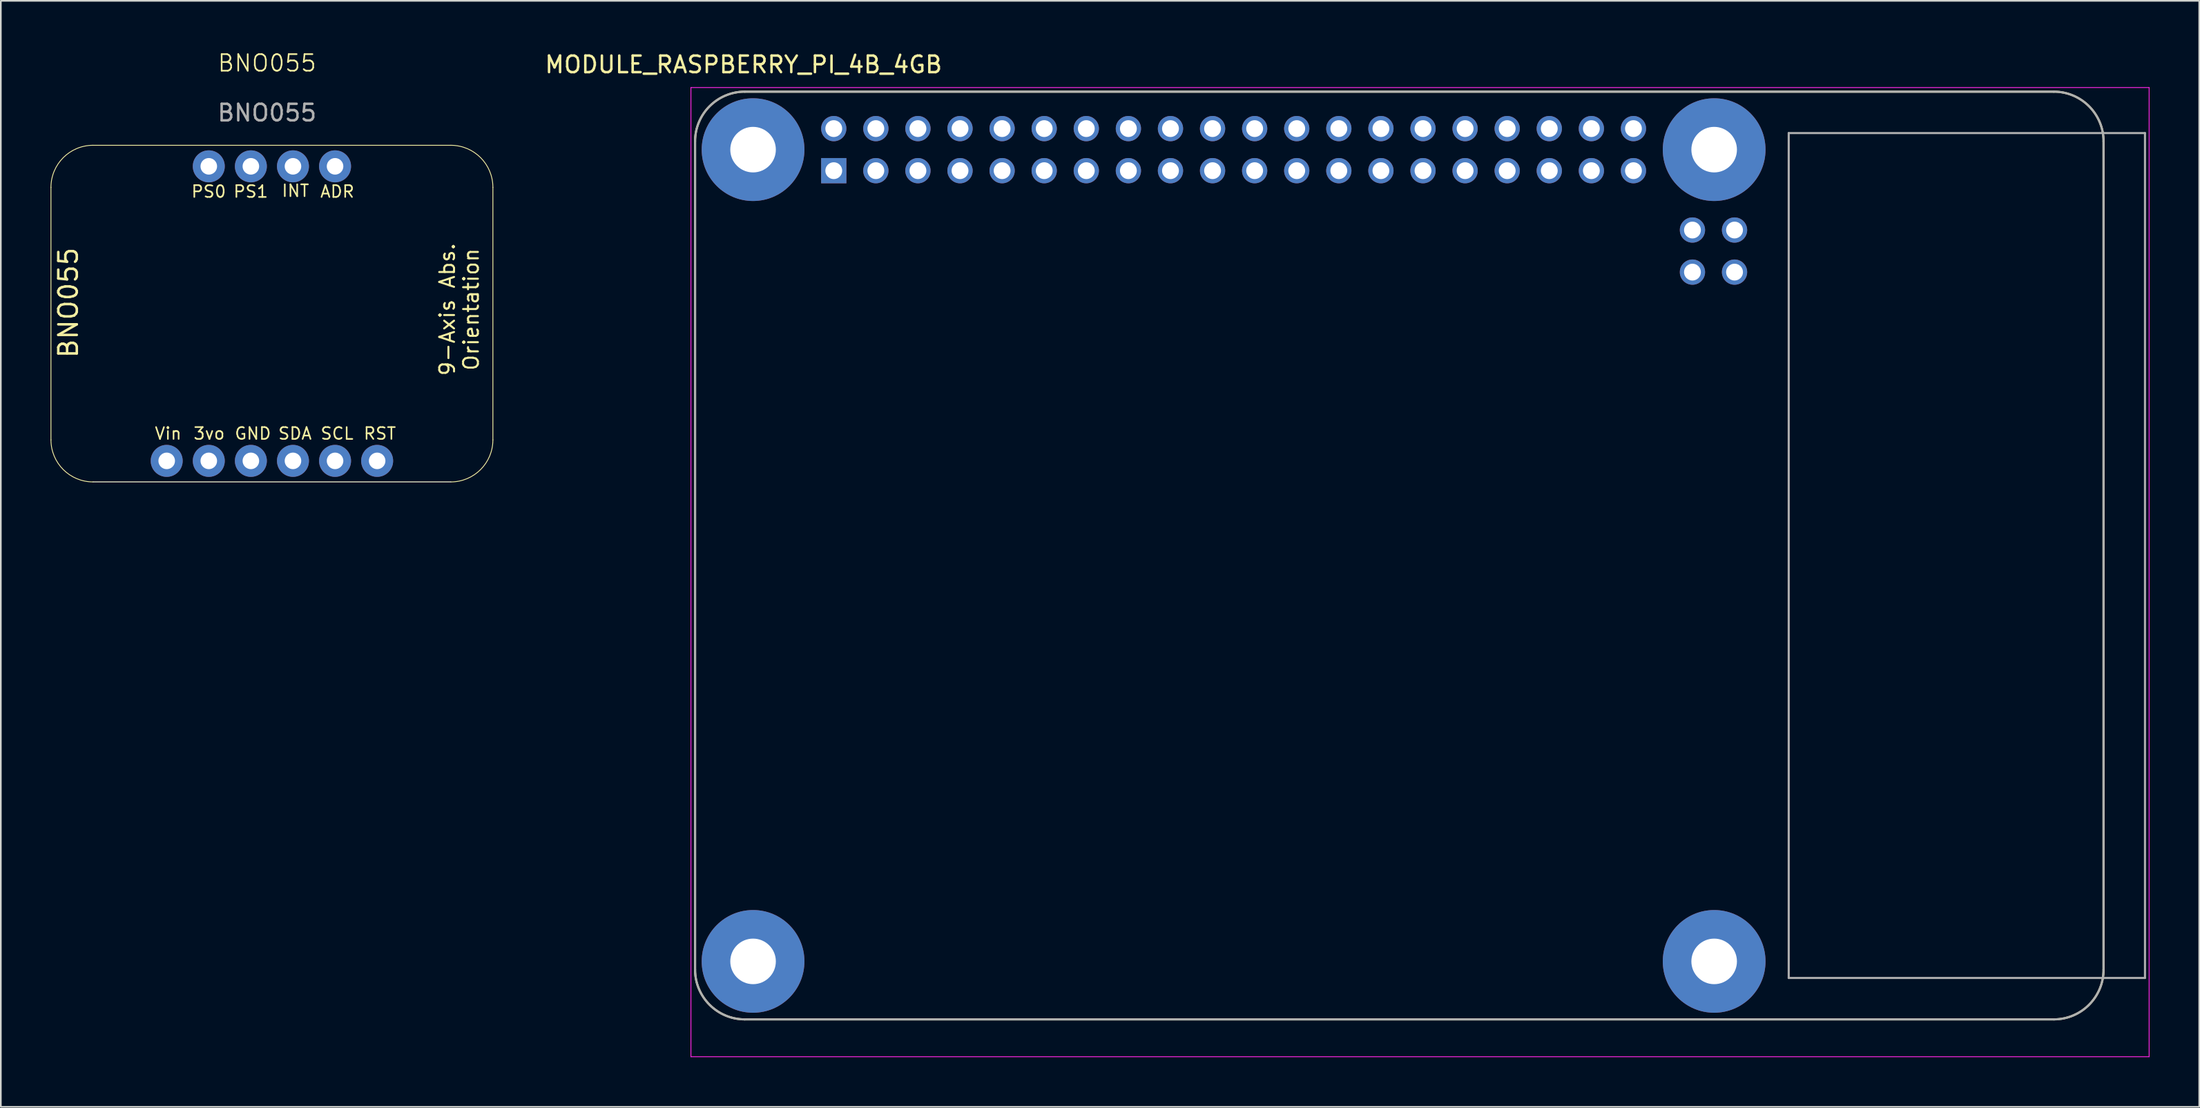
<source format=kicad_pcb>
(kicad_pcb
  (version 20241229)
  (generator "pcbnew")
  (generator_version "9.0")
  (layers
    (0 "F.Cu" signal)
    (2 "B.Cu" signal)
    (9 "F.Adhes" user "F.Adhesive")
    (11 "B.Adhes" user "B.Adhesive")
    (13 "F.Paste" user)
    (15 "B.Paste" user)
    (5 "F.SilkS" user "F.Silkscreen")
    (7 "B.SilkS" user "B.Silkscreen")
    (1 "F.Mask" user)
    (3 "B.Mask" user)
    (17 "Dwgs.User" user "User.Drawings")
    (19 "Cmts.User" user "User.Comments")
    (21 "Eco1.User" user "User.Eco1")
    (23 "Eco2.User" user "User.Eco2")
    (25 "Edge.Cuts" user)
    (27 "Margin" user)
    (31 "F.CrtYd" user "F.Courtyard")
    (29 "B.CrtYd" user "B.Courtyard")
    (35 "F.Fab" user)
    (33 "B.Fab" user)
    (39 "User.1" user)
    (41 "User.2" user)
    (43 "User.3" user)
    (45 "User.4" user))
  (footprint "BNO055"
    (layer "F.Cu")
    (at 13.065 1.26)
    (property "Reference" "BNO055" (at 0 -0.5 0) (unlocked yes) (layer "F.SilkS") (effects (font (size 1 1) (thickness 0.1))))
    (attr smd)
    (fp_line (start -13.04 22.24) (end -13.04 7) (stroke (width 0.05) (type solid)) (layer "F.SilkS"))
    (fp_line (start -10.5 4.46) (end 11.09 4.46) (stroke (width 0.05) (type solid)) (layer "F.SilkS"))
    (fp_line (start 11.09 24.78) (end -10.5 24.78) (stroke (width 0.05) (type solid)) (layer "F.SilkS"))
    (fp_line (start 13.63 7) (end 13.63 22.24) (stroke (width 0.05) (type solid)) (layer "F.SilkS"))
    (fp_arc (start -13.040001 6.999999) (mid -12.296052 5.203948) (end -10.500001 4.459999) (stroke (width 0.05) (type solid)) (layer "F.SilkS"))
    (fp_arc (start -10.500001 24.779999) (mid -12.296052 24.03605) (end -13.040001 22.239999) (stroke (width 0.05) (type solid)) (layer "F.SilkS"))
    (fp_arc (start 11.089999 4.459999) (mid 12.88605 5.203948) (end 13.629999 6.999999) (stroke (width 0.05) (type solid)) (layer "F.SilkS"))
    (fp_arc (start 13.629999 22.239999) (mid 12.88605 24.03605) (end 11.089999 24.779999) (stroke (width 0.05) (type solid)) (layer "F.SilkS"))
    (fp_line (start 11.09 24.78) (end -10.5 24.78) (stroke (width 0.05) (type solid)) (layer "F.Fab"))
    (fp_text user "BNO055" (at -11.99 13.963 90) (unlocked yes) (layer "F.SilkS") (effects (font (size 1.118 1.118) (thickness 0.152))))
    (fp_text user "RST" (at 6.807 21.859 0) (unlocked yes) (layer "F.SilkS") (effects (font (size 0.715 0.715) (thickness 0.098))))
    (fp_text user "9-Axis Abs.\nOrientation" (at 11.598 14.366 90) (unlocked yes) (layer "F.SilkS") (effects (font (size 0.894 0.894) (thickness 0.122))))
    (fp_text user "Vin" (at -5.966 21.859 0) (unlocked yes) (layer "F.SilkS") (effects (font (size 0.715 0.715) (thickness 0.098))))
    (fp_text user "ADR" (at 4.241 7.254 0) (unlocked yes) (layer "F.SilkS") (effects (font (size 0.715 0.715) (thickness 0.098))))
    (fp_text user "SDA" (at 1.687 21.859 0) (unlocked yes) (layer "F.SilkS") (effects (font (size 0.715 0.715) (thickness 0.098))))
    (fp_text user "3vo" (at -3.493 21.859 0) (unlocked yes) (layer "F.SilkS") (effects (font (size 0.715 0.715) (thickness 0.098))))
    (fp_text user "GND" (at -0.853 21.859 0) (unlocked yes) (layer "F.SilkS") (effects (font (size 0.715 0.715) (thickness 0.098))))
    (fp_text user "INT" (at 1.718 7.206 0) (unlocked yes) (layer "F.SilkS") (effects (font (size 0.715 0.715) (thickness 0.098))))
    (fp_text user "PS1" (at -0.98 7.254 0) (unlocked yes) (layer "F.SilkS") (effects (font (size 0.715 0.715) (thickness 0.098))))
    (fp_text user "PS0" (at -3.52 7.254 0) (unlocked yes) (layer "F.SilkS") (effects (font (size 0.715 0.715) (thickness 0.098))))
    (fp_text user "SCL" (at 4.227 21.859 0) (unlocked yes) (layer "F.SilkS") (effects (font (size 0.715 0.715) (thickness 0.098))))
    (fp_text user "${REFERENCE}" (at 0 2.5 0) (unlocked yes) (layer "F.Fab") (effects (font (size 1 1) (thickness 0.15))))
    (pad "1" thru_hole circle (at -3.515 5.73 90) (size 1.93 1.93) (drill 1) (layers "*.Cu" "*.Mask"))
    (pad "2" thru_hole circle (at -0.975 5.73 90) (size 1.93 1.93) (drill 1) (layers "*.Cu" "*.Mask"))
    (pad "3" thru_hole circle (at 1.565 5.73 90) (size 1.93 1.93) (drill 1) (layers "*.Cu" "*.Mask"))
    (pad "4" thru_hole circle (at 4.105 5.73 90) (size 1.93 1.93) (drill 1) (layers "*.Cu" "*.Mask"))
    (pad "5" thru_hole circle (at -6.055 23.51 90) (size 1.93 1.93) (drill 1) (layers "*.Cu" "*.Mask"))
    (pad "6" thru_hole circle (at -3.515 23.51 90) (size 1.93 1.93) (drill 1) (layers "*.Cu" "*.Mask"))
    (pad "7" thru_hole circle (at -0.975 23.51 90) (size 1.93 1.93) (drill 1) (layers "*.Cu" "*.Mask"))
    (pad "8" thru_hole circle (at 1.565 23.51 90) (size 1.93 1.93) (drill 1) (layers "*.Cu" "*.Mask"))
    (pad "9" thru_hole circle (at 4.105 23.51 90) (size 1.93 1.93) (drill 1) (layers "*.Cu" "*.Mask"))
    (pad "10" thru_hole circle (at 6.645 23.51 90) (size 1.93 1.93) (drill 1) (layers "*.Cu" "*.Mask")))
  (footprint "MODULE_RASPBERRY_PI_4B_4GB"
    (layer "F.Cu")
    (at 81.396 30.483)
    (property "Reference" "MODULE_RASPBERRY_PI_4B_4GB" (at -39.575 -29.635 0) (layer "F.SilkS") (effects (font (size 1 1) (thickness 0.15))))
    (attr through_hole)
    (fp_line (start -42.5 -25) (end -42.5 25) (stroke (width 0.127) (type solid)) (layer "F.SilkS"))
    (fp_line (start -39.5 28) (end 39.5 28) (stroke (width 0.127) (type solid)) (layer "F.SilkS"))
    (fp_line (start 39.5 -28) (end -39.5 -28) (stroke (width 0.127) (type solid)) (layer "F.SilkS"))
    (fp_line (start 42.5 25) (end 42.5 -25) (stroke (width 0.127) (type solid)) (layer "F.SilkS"))
    (fp_arc (start -42.5 -25) (mid -41.62132 -27.12132) (end -39.5 -28) (stroke (width 0.127) (type solid)) (layer "F.SilkS"))
    (fp_arc (start -39.5 28) (mid -41.62132 27.12132) (end -42.5 25) (stroke (width 0.127) (type solid)) (layer "F.SilkS"))
    (fp_arc (start 39.5 -28) (mid 41.62132 -27.12132) (end 42.5 -25) (stroke (width 0.127) (type solid)) (layer "F.SilkS"))
    (fp_arc (start 42.5 25) (mid 41.62132 27.12132) (end 39.5 28) (stroke (width 0.127) (type solid)) (layer "F.SilkS"))
    (fp_line (start -42.75 -28.25) (end 45.25 -28.25) (stroke (width 0.05) (type solid)) (layer "F.CrtYd"))
    (fp_line (start -42.75 30.255) (end -42.75 -28.25) (stroke (width 0.05) (type solid)) (layer "F.CrtYd"))
    (fp_line (start 45.25 -28.25) (end 45.25 30.255) (stroke (width 0.05) (type solid)) (layer "F.CrtYd"))
    (fp_line (start 45.25 30.255) (end -42.75 30.255) (stroke (width 0.05) (type solid)) (layer "F.CrtYd"))
    (fp_line (start -42.5 -25) (end -42.5 25) (stroke (width 0.127) (type solid)) (layer "F.Fab"))
    (fp_line (start -39.5 28) (end 39.5 28) (stroke (width 0.127) (type solid)) (layer "F.Fab"))
    (fp_line (start 23.5 -25.5) (end 23.5 25.5) (stroke (width 0.127) (type solid)) (layer "F.Fab"))
    (fp_line (start 23.5 25.5) (end 45 25.5) (stroke (width 0.127) (type solid)) (layer "F.Fab"))
    (fp_line (start 39.5 -28) (end -39.5 -28) (stroke (width 0.127) (type solid)) (layer "F.Fab"))
    (fp_line (start 42.5 25) (end 42.5 -25) (stroke (width 0.127) (type solid)) (layer "F.Fab"))
    (fp_line (start 45 -25.5) (end 23.5 -25.5) (stroke (width 0.127) (type solid)) (layer "F.Fab"))
    (fp_line (start 45 25.5) (end 45 -25.5) (stroke (width 0.127) (type solid)) (layer "F.Fab"))
    (fp_arc (start -42.5 -25) (mid -41.62132 -27.12132) (end -39.5 -28) (stroke (width 0.127) (type solid)) (layer "F.Fab"))
    (fp_arc (start -39.5 28) (mid -41.62132 27.12132) (end -42.5 25) (stroke (width 0.127) (type solid)) (layer "F.Fab"))
    (fp_arc (start 39.5 -28) (mid 41.62132 -27.12132) (end 42.5 -25) (stroke (width 0.127) (type solid)) (layer "F.Fab"))
    (fp_arc (start 42.5 25) (mid 41.62132 27.12132) (end 39.5 28) (stroke (width 0.127) (type solid)) (layer "F.Fab"))
    (pad "1" thru_hole rect (at -34.13 -23.23) (size 1.524 1.524) (drill 1.016) (layers "*.Cu" "*.Mask"))
    (pad "2" thru_hole circle (at -34.13 -25.77) (size 1.524 1.524) (drill 1.016) (layers "*.Cu" "*.Mask"))
    (pad "3" thru_hole circle (at -31.59 -23.23) (size 1.524 1.524) (drill 1.016) (layers "*.Cu" "*.Mask"))
    (pad "4" thru_hole circle (at -31.59 -25.77) (size 1.524 1.524) (drill 1.016) (layers "*.Cu" "*.Mask"))
    (pad "5" thru_hole circle (at -29.05 -23.23) (size 1.524 1.524) (drill 1.016) (layers "*.Cu" "*.Mask"))
    (pad "6" thru_hole circle (at -29.05 -25.77) (size 1.524 1.524) (drill 1.016) (layers "*.Cu" "*.Mask"))
    (pad "7" thru_hole circle (at -26.51 -23.23) (size 1.524 1.524) (drill 1.016) (layers "*.Cu" "*.Mask"))
    (pad "8" thru_hole circle (at -26.51 -25.77) (size 1.524 1.524) (drill 1.016) (layers "*.Cu" "*.Mask"))
    (pad "9" thru_hole circle (at -23.97 -23.23) (size 1.524 1.524) (drill 1.016) (layers "*.Cu" "*.Mask"))
    (pad "10" thru_hole circle (at -23.97 -25.77) (size 1.524 1.524) (drill 1.016) (layers "*.Cu" "*.Mask"))
    (pad "11" thru_hole circle (at -21.43 -23.23) (size 1.524 1.524) (drill 1.016) (layers "*.Cu" "*.Mask"))
    (pad "12" thru_hole circle (at -21.43 -25.77) (size 1.524 1.524) (drill 1.016) (layers "*.Cu" "*.Mask"))
    (pad "13" thru_hole circle (at -18.89 -23.23) (size 1.524 1.524) (drill 1.016) (layers "*.Cu" "*.Mask"))
    (pad "14" thru_hole circle (at -18.89 -25.77) (size 1.524 1.524) (drill 1.016) (layers "*.Cu" "*.Mask"))
    (pad "15" thru_hole circle (at -16.35 -23.23) (size 1.524 1.524) (drill 1.016) (layers "*.Cu" "*.Mask"))
    (pad "16" thru_hole circle (at -16.35 -25.77) (size 1.524 1.524) (drill 1.016) (layers "*.Cu" "*.Mask"))
    (pad "17" thru_hole circle (at -13.81 -23.23) (size 1.524 1.524) (drill 1.016) (layers "*.Cu" "*.Mask"))
    (pad "18" thru_hole circle (at -13.81 -25.77) (size 1.524 1.524) (drill 1.016) (layers "*.Cu" "*.Mask"))
    (pad "19" thru_hole circle (at -11.27 -23.23) (size 1.524 1.524) (drill 1.016) (layers "*.Cu" "*.Mask"))
    (pad "20" thru_hole circle (at -11.27 -25.77) (size 1.524 1.524) (drill 1.016) (layers "*.Cu" "*.Mask"))
    (pad "21" thru_hole circle (at -8.73 -23.23) (size 1.524 1.524) (drill 1.016) (layers "*.Cu" "*.Mask"))
    (pad "22" thru_hole circle (at -8.73 -25.77) (size 1.524 1.524) (drill 1.016) (layers "*.Cu" "*.Mask"))
    (pad "23" thru_hole circle (at -6.19 -23.23) (size 1.524 1.524) (drill 1.016) (layers "*.Cu" "*.Mask"))
    (pad "24" thru_hole circle (at -6.19 -25.77) (size 1.524 1.524) (drill 1.016) (layers "*.Cu" "*.Mask"))
    (pad "25" thru_hole circle (at -3.65 -23.23) (size 1.524 1.524) (drill 1.016) (layers "*.Cu" "*.Mask"))
    (pad "26" thru_hole circle (at -3.65 -25.77) (size 1.524 1.524) (drill 1.016) (layers "*.Cu" "*.Mask"))
    (pad "27" thru_hole circle (at -1.11 -23.23) (size 1.524 1.524) (drill 1.016) (layers "*.Cu" "*.Mask"))
    (pad "28" thru_hole circle (at -1.11 -25.77) (size 1.524 1.524) (drill 1.016) (layers "*.Cu" "*.Mask"))
    (pad "29" thru_hole circle (at 1.43 -23.23) (size 1.524 1.524) (drill 1.016) (layers "*.Cu" "*.Mask"))
    (pad "30" thru_hole circle (at 1.43 -25.77) (size 1.524 1.524) (drill 1.016) (layers "*.Cu" "*.Mask"))
    (pad "31" thru_hole circle (at 3.97 -23.23) (size 1.524 1.524) (drill 1.016) (layers "*.Cu" "*.Mask"))
    (pad "32" thru_hole circle (at 3.97 -25.77) (size 1.524 1.524) (drill 1.016) (layers "*.Cu" "*.Mask"))
    (pad "33" thru_hole circle (at 6.51 -23.23) (size 1.524 1.524) (drill 1.016) (layers "*.Cu" "*.Mask"))
    (pad "34" thru_hole circle (at 6.51 -25.77) (size 1.524 1.524) (drill 1.016) (layers "*.Cu" "*.Mask"))
    (pad "35" thru_hole circle (at 9.05 -23.23) (size 1.524 1.524) (drill 1.016) (layers "*.Cu" "*.Mask"))
    (pad "36" thru_hole circle (at 9.05 -25.77) (size 1.524 1.524) (drill 1.016) (layers "*.Cu" "*.Mask"))
    (pad "37" thru_hole circle (at 11.59 -23.23) (size 1.524 1.524) (drill 1.016) (layers "*.Cu" "*.Mask"))
    (pad "38" thru_hole circle (at 11.59 -25.77) (size 1.524 1.524) (drill 1.016) (layers "*.Cu" "*.Mask"))
    (pad "39" thru_hole circle (at 14.13 -23.23) (size 1.524 1.524) (drill 1.016) (layers "*.Cu" "*.Mask"))
    (pad "40" thru_hole circle (at 14.13 -25.77) (size 1.524 1.524) (drill 1.016) (layers "*.Cu" "*.Mask"))
    (pad "41" thru_hole circle (at 20.23 -17.107) (size 1.524 1.524) (drill 1.016) (layers "*.Cu" "*.Mask"))
    (pad "42" thru_hole circle (at 20.23 -19.647) (size 1.524 1.524) (drill 1.016) (layers "*.Cu" "*.Mask"))
    (pad "43" thru_hole circle (at 17.69 -17.107) (size 1.524 1.524) (drill 1.016) (layers "*.Cu" "*.Mask"))
    (pad "44" thru_hole circle (at 17.69 -19.647) (size 1.524 1.524) (drill 1.016) (layers "*.Cu" "*.Mask"))
    (pad "S1" thru_hole circle (at -39 -24.5) (size 6.2 6.2) (drill 2.75) (layers "*.Cu" "*.Mask"))
    (pad "S2" thru_hole circle (at 19 -24.5) (size 6.2 6.2) (drill 2.75) (layers "*.Cu" "*.Mask"))
    (pad "S3" thru_hole circle (at 19 24.5) (size 6.2 6.2) (drill 2.75) (layers "*.Cu" "*.Mask"))
    (pad "S4" thru_hole circle (at -39 24.5) (size 6.2 6.2) (drill 2.75) (layers "*.Cu" "*.Mask")))
  (gr_rect
    (start -3 -3)
    (end 129.671 63.763)
    (stroke (width 0.1) (type default))
    (fill no)
    (layer "Edge.Cuts")))
</source>
